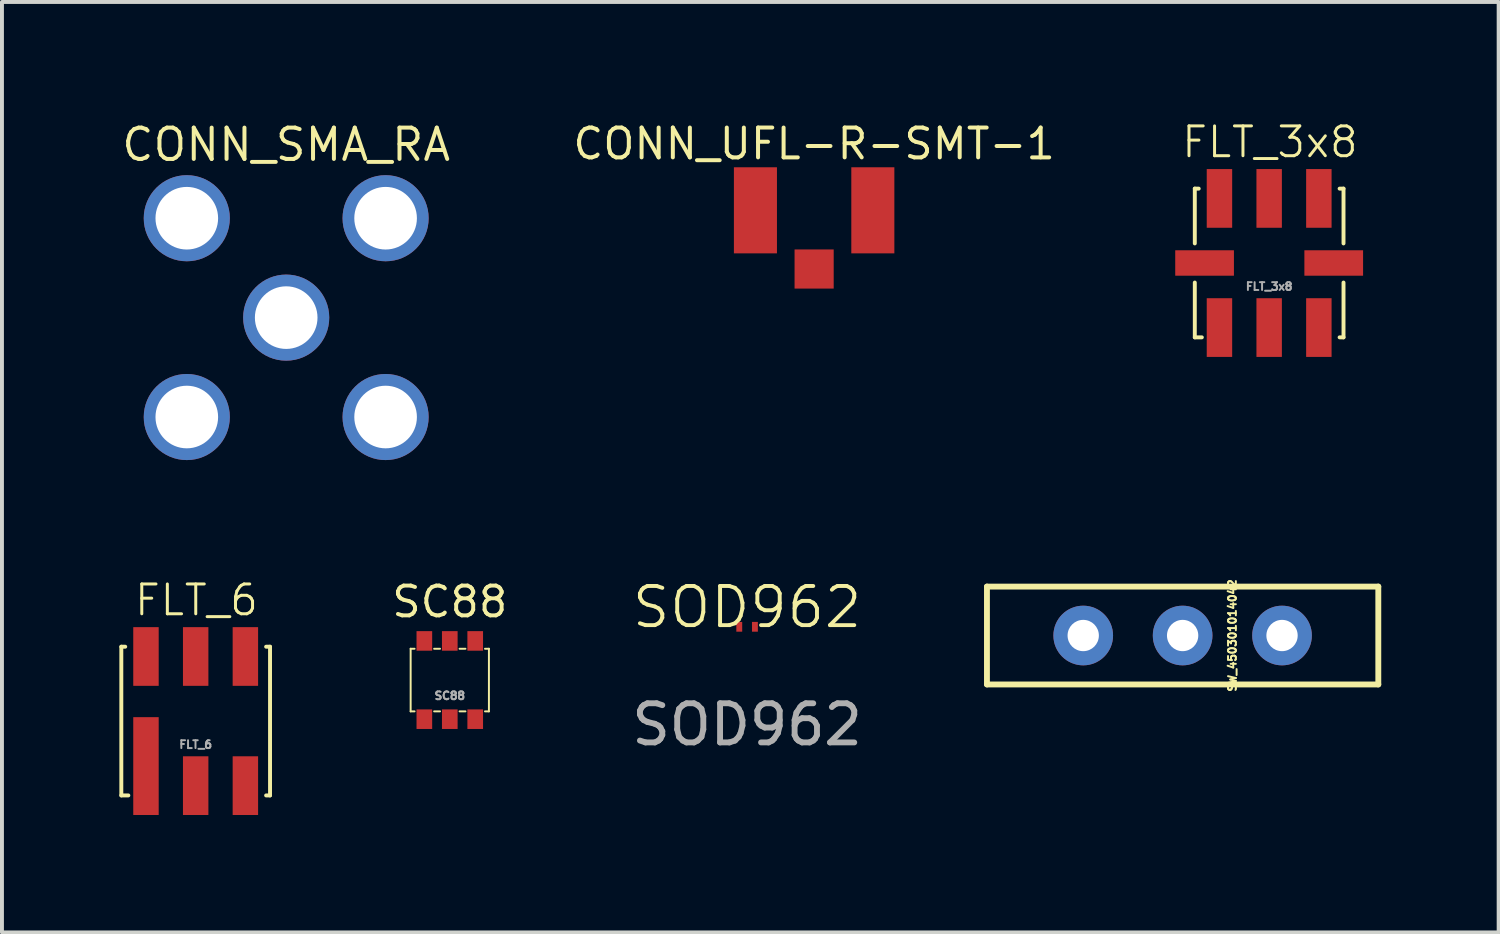
<source format=kicad_pcb>
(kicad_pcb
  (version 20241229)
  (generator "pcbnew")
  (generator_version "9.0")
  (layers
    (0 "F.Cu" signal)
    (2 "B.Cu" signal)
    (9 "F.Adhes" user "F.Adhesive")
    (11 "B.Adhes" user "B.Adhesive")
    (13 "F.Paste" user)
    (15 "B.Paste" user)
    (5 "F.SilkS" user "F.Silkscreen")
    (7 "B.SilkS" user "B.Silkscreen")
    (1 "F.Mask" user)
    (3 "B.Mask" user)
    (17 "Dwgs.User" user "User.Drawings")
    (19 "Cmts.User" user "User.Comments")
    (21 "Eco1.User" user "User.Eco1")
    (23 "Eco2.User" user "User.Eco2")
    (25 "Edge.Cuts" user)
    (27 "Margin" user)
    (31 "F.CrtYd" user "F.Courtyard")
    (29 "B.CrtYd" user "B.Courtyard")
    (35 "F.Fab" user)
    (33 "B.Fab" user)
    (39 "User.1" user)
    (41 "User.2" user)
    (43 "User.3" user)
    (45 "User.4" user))
  (footprint "FLT_6"
    (layer "F.Cu")
    (at 1.95 15.375)
    (property "Reference" "FLT_6" (at 0.02 -3.09 0) (unlocked yes) (layer "F.SilkS") (effects (font (size 0.762 0.762) (thickness 0.076))))
    (attr smd)
    (fp_line (start -1.9 -1.9) (end -1.8 -1.9) (stroke (width 0.1) (type default)) (layer "F.SilkS"))
    (fp_line (start -1.9 1.9) (end -1.9 -1.9) (stroke (width 0.1) (type default)) (layer "F.SilkS"))
    (fp_line (start -1.9 1.9) (end -1.72 1.9) (stroke (width 0.1) (type default)) (layer "F.SilkS"))
    (fp_line (start 1.8 1.9) (end 1.9 1.9) (stroke (width 0.1) (type default)) (layer "F.SilkS"))
    (fp_line (start 1.9 -1.9) (end 1.8 -1.9) (stroke (width 0.1) (type default)) (layer "F.SilkS"))
    (fp_line (start 1.9 1.9) (end 1.9 -1.9) (stroke (width 0.1) (type default)) (layer "F.SilkS"))
    (fp_text user "${REFERENCE}" (at 0 0.6 0) (unlocked yes) (layer "F.Fab") (effects (font (size 0.2 0.2) (thickness 0.05))))
    (pad "1" smd rect (at -1.27 1.15) (size 0.65 2.5) (layers "F.Cu" "F.Mask" "F.Paste"))
    (pad "2" smd rect (at 0 1.65) (size 0.65 1.5) (layers "F.Cu" "F.Mask" "F.Paste"))
    (pad "3" smd rect (at 1.27 1.65) (size 0.65 1.5) (layers "F.Cu" "F.Mask" "F.Paste"))
    (pad "4" smd rect (at 1.27 -1.65 180) (size 0.65 1.5) (layers "F.Cu" "F.Mask" "F.Paste"))
    (pad "5" smd rect (at 0 -1.65 180) (size 0.65 1.5) (layers "F.Cu" "F.Mask" "F.Paste"))
    (pad "6" smd rect (at -1.27 -1.65 180) (size 0.65 1.5) (layers "F.Cu" "F.Mask" "F.Paste")))
  (footprint "SC88"
    (layer "F.Cu")
    (at 8.443 14.327)
    (property "Reference" "SC88" (at 0 -2 0) (unlocked yes) (layer "F.SilkS") (effects (font (size 0.762 0.762) (thickness 0.1))))
    (attr smd)
    (fp_line (start -1 -0.8) (end -0.9 -0.8) (stroke (width 0.05) (type default)) (layer "F.SilkS"))
    (fp_line (start -1 0.8) (end -1 -0.8) (stroke (width 0.05) (type default)) (layer "F.SilkS"))
    (fp_line (start -1 0.8) (end -0.9 0.8) (stroke (width 0.05) (type default)) (layer "F.SilkS"))
    (fp_line (start -0.4 0.8) (end -0.25 0.8) (stroke (width 0.05) (type default)) (layer "F.SilkS"))
    (fp_line (start -0.25 -0.8) (end -0.4 -0.8) (stroke (width 0.05) (type default)) (layer "F.SilkS"))
    (fp_line (start 0.25 0.8) (end 0.4 0.8) (stroke (width 0.05) (type default)) (layer "F.SilkS"))
    (fp_line (start 0.4 -0.8) (end 0.25 -0.8) (stroke (width 0.05) (type default)) (layer "F.SilkS"))
    (fp_line (start 0.9 0.8) (end 1 0.8) (stroke (width 0.05) (type default)) (layer "F.SilkS"))
    (fp_line (start 1 -0.8) (end 0.9 -0.8) (stroke (width 0.05) (type default)) (layer "F.SilkS"))
    (fp_line (start 1 0.8) (end 1 -0.8) (stroke (width 0.05) (type default)) (layer "F.SilkS"))
    (fp_text user "${REFERENCE}" (at 0 0.4 0) (unlocked yes) (layer "F.Fab") (effects (font (size 0.2 0.2) (thickness 0.05))))
    (pad "1" smd rect (at -0.65 1) (size 0.4 0.5) (layers "F.Cu" "F.Mask" "F.Paste"))
    (pad "2" smd rect (at 0 1) (size 0.4 0.5) (layers "F.Cu" "F.Mask" "F.Paste"))
    (pad "3" smd rect (at 0.65 1) (size 0.4 0.5) (layers "F.Cu" "F.Mask" "F.Paste"))
    (pad "4" smd rect (at 0.65 -1) (size 0.4 0.5) (layers "F.Cu" "F.Mask" "F.Paste"))
    (pad "5" smd rect (at 0 -1) (size 0.4 0.5) (layers "F.Cu" "F.Mask" "F.Paste"))
    (pad "6" smd rect (at -0.65 -1) (size 0.4 0.5) (layers "F.Cu" "F.Mask" "F.Paste")))
  (footprint "SOD962"
    (layer "F.Cu")
    (at 16.04 12.966)
    (property "Reference" "SOD962" (at 0 -0.5 0) (unlocked yes) (layer "F.SilkS") (effects (font (size 1 1) (thickness 0.1))))
    (attr smd)
    (fp_text user "${REFERENCE}" (at 0 2.5 0) (unlocked yes) (layer "F.Fab") (effects (font (size 1 1) (thickness 0.15))))
    (pad "1" smd rect (at -0.2 0) (size 0.15 0.25) (layers "F.Cu" "F.Mask" "F.Paste"))
    (pad "2" smd rect (at 0.2 0) (size 0.15 0.25) (layers "F.Cu" "F.Mask" "F.Paste")))
  (footprint "FLT_3x8"
    (layer "F.Cu")
    (at 29.38 3.67)
    (property "Reference" "FLT_3x8" (at 0.02 -3.09 0) (unlocked yes) (layer "F.SilkS") (effects (font (size 0.762 0.762) (thickness 0.076))))
    (attr smd)
    (fp_line (start -1.9 -1.9) (end -1.8 -1.9) (stroke (width 0.1) (type default)) (layer "F.SilkS"))
    (fp_line (start -1.9 -0.5) (end -1.9 -1.9) (stroke (width 0.1) (type default)) (layer "F.SilkS"))
    (fp_line (start -1.9 1.9) (end -1.9 0.5) (stroke (width 0.1) (type default)) (layer "F.SilkS"))
    (fp_line (start -1.9 1.9) (end -1.72 1.9) (stroke (width 0.1) (type default)) (layer "F.SilkS"))
    (fp_line (start 1.8 1.9) (end 1.9 1.9) (stroke (width 0.1) (type default)) (layer "F.SilkS"))
    (fp_line (start 1.9 -1.9) (end 1.8 -1.9) (stroke (width 0.1) (type default)) (layer "F.SilkS"))
    (fp_line (start 1.9 -0.5) (end 1.9 -1.9) (stroke (width 0.1) (type default)) (layer "F.SilkS"))
    (fp_line (start 1.9 1.9) (end 1.9 0.5) (stroke (width 0.1) (type default)) (layer "F.SilkS"))
    (fp_text user "${REFERENCE}" (at 0 0.6 0) (unlocked yes) (layer "F.Fab") (effects (font (size 0.2 0.2) (thickness 0.05))))
    (pad "1" smd rect (at -1.27 1.65) (size 0.65 1.5) (layers "F.Cu" "F.Mask" "F.Paste"))
    (pad "2" smd rect (at 0 1.65) (size 0.65 1.5) (layers "F.Cu" "F.Mask" "F.Paste"))
    (pad "3" smd rect (at 1.27 1.65) (size 0.65 1.5) (layers "F.Cu" "F.Mask" "F.Paste"))
    (pad "4" smd rect (at 1.65 0 90) (size 0.65 1.5) (layers "F.Cu" "F.Mask" "F.Paste"))
    (pad "5" smd rect (at 1.27 -1.65 180) (size 0.65 1.5) (layers "F.Cu" "F.Mask" "F.Paste"))
    (pad "6" smd rect (at 0 -1.65 180) (size 0.65 1.5) (layers "F.Cu" "F.Mask" "F.Paste"))
    (pad "7" smd rect (at -1.27 -1.65 180) (size 0.65 1.5) (layers "F.Cu" "F.Mask" "F.Paste"))
    (pad "8" smd rect (at -1.65 0 270) (size 0.65 1.5) (layers "F.Cu" "F.Mask" "F.Paste")))
  (footprint "CONN_UFL-R-SMT-1"
    (layer "F.Cu")
    (at 17.753 2.324)
    (property "Reference" "CONN_UFL-R-SMT-1" (at 0 -1.7 0) (layer "F.SilkS") (effects (font (size 0.762 0.762) (thickness 0.102))))
    (attr through_hole)
    (pad "0" smd rect (at -1.5 0) (size 1.1 2.2) (layers "F.Cu" "F.Mask" "F.Paste"))
    (pad "0" smd rect (at 1.5 0) (size 1.1 2.2) (layers "F.Cu" "F.Mask" "F.Paste"))
    (pad "1" smd rect (at 0 1.5) (size 1 1) (layers "F.Cu" "F.Mask" "F.Paste")))
  (footprint "CONN_SMA_RA"
    (layer "F.Cu")
    (at 4.263 5.066)
    (property "Reference" "CONN_SMA_RA" (at 0 -4.42 0) (layer "F.SilkS") (effects (font (size 0.8 0.8) (thickness 0.102))))
    (attr through_hole)
    (pad "0" thru_hole circle (at -2.54 -2.54) (size 2.2 2.2) (drill 1.6) (layers "*.Cu" "*.Mask"))
    (pad "0" thru_hole circle (at -2.54 2.54) (size 2.2 2.2) (drill 1.6) (layers "*.Cu" "*.Mask"))
    (pad "0" thru_hole circle (at 2.54 -2.54) (size 2.2 2.2) (drill 1.6) (layers "*.Cu" "*.Mask"))
    (pad "0" thru_hole circle (at 2.54 2.54) (size 2.2 2.2) (drill 1.6) (layers "*.Cu" "*.Mask"))
    (pad "1" thru_hole circle (at 0 0) (size 2.2 2.2) (drill 1.6) (layers "*.Cu" "*.Mask")))
  (footprint "SW_450301014042"
    (layer "F.Cu")
    (at 27.169 13.189)
    (property "Reference" "SW_450301014042" (at 1.27 0 90) (layer "F.SilkS") (effects (font (size 0.2 0.2) (thickness 0.05))))
    (attr through_hole)
    (fp_line (start -5 -1.25) (end 5 -1.25) (stroke (width 0.15) (type solid)) (layer "F.SilkS"))
    (fp_line (start -5 1.25) (end -5 -1.25) (stroke (width 0.15) (type solid)) (layer "F.SilkS"))
    (fp_line (start 5 -1.25) (end 5 1.25) (stroke (width 0.15) (type solid)) (layer "F.SilkS"))
    (fp_line (start 5 1.25) (end -5 1.25) (stroke (width 0.15) (type solid)) (layer "F.SilkS"))
    (pad "1" thru_hole circle (at -2.54 0) (size 1.524 1.524) (drill 0.8) (layers "*.Cu" "*.Mask"))
    (pad "2" thru_hole circle (at 0 0) (size 1.524 1.524) (drill 0.8) (layers "*.Cu" "*.Mask"))
    (pad "3" thru_hole circle (at 2.54 0) (size 1.524 1.524) (drill 0.8) (layers "*.Cu" "*.Mask")))
  (gr_rect
    (start -3 -3)
    (end 35.244 20.775)
    (stroke (width 0.1) (type default))
    (fill no)
    (layer "Edge.Cuts")))
</source>
